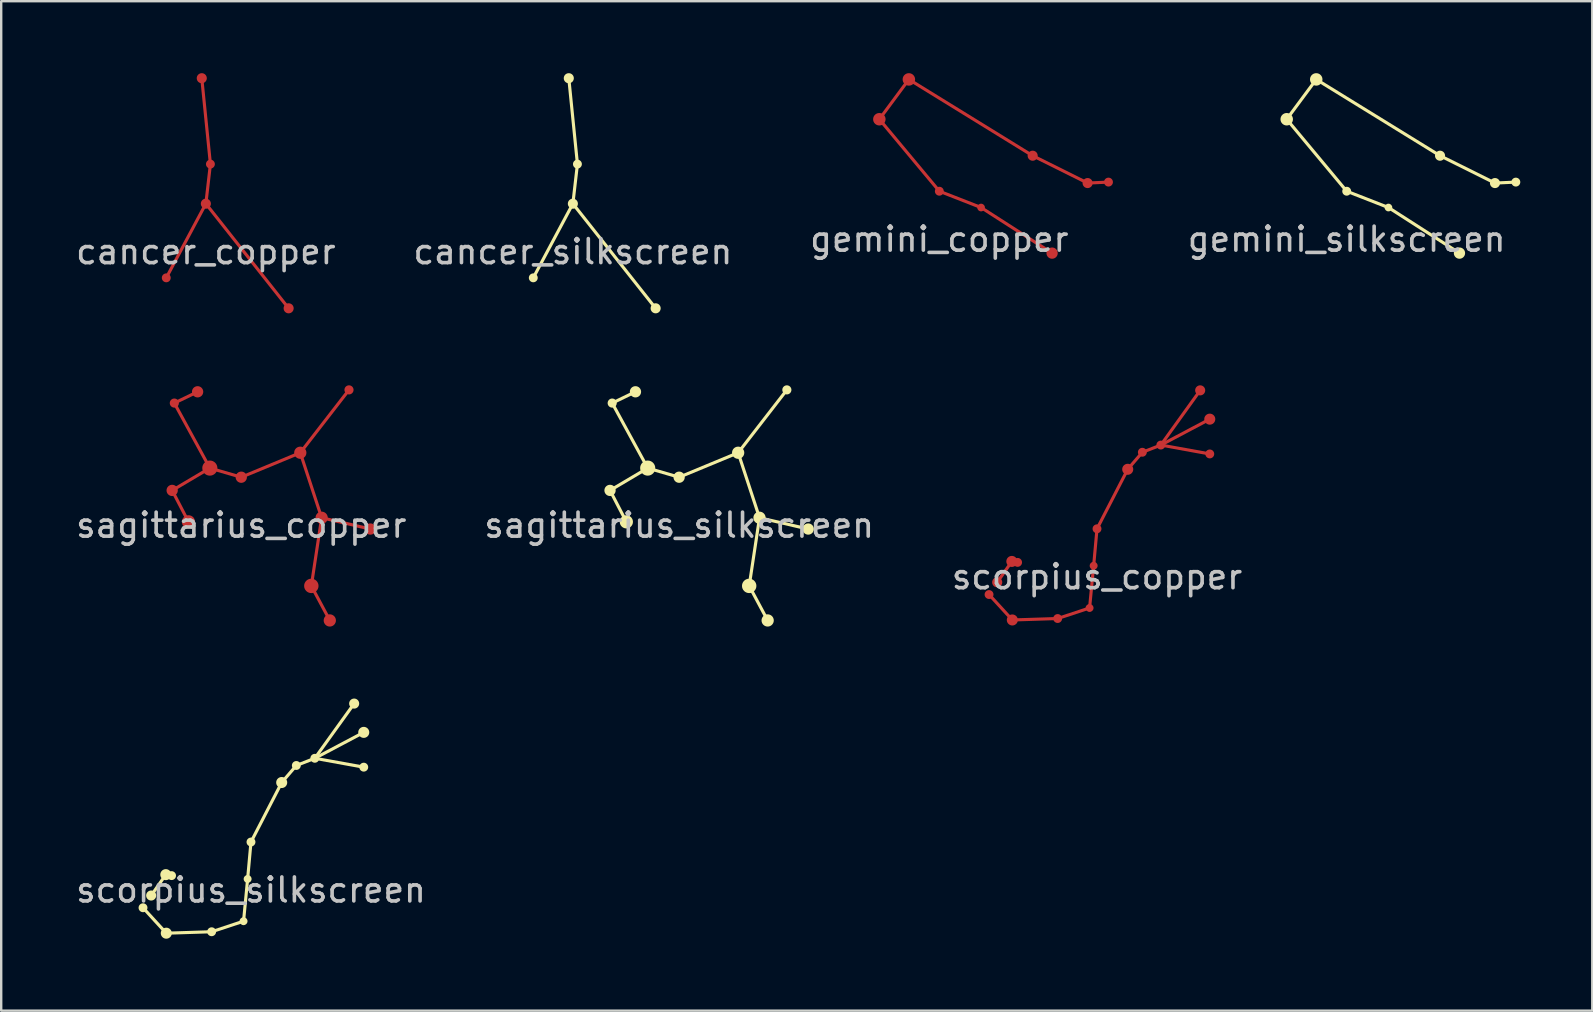
<source format=kicad_pcb>
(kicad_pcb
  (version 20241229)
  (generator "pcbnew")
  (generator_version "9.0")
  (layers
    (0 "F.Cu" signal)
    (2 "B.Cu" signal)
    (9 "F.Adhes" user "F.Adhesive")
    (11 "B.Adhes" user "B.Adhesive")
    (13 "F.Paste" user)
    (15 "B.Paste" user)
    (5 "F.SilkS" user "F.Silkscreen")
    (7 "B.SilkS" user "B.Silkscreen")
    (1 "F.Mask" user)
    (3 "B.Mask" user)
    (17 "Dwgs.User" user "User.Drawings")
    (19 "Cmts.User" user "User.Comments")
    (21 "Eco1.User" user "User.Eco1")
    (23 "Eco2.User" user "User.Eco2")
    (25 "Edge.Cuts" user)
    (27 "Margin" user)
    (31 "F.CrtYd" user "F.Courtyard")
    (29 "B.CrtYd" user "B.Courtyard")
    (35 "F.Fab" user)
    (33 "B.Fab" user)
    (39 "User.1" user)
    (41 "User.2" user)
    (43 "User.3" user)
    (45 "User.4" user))
  (footprint "cancer_silkscreen"
    (layer "F.Cu")
    (at 20.827 5.44)
    (property "Reference" "cancer_silkscreen" (at 0 2 0) (layer "Dwgs.User") (effects (font (size 1 1) (thickness 0.15))))
    (fp_line (start -0.17 -5.23) (end 0.19 -1.65) (stroke (width 0.13) (type solid)) (layer "F.SilkS"))
    (fp_line (start 0 0) (end -1.65 3.09) (stroke (width 0.13) (type solid)) (layer "F.SilkS"))
    (fp_line (start 0 0) (end 3.45 4.36) (stroke (width 0.13) (type solid)) (layer "F.SilkS"))
    (fp_line (start 0.19 -1.65) (end 0 0) (stroke (width 0.13) (type solid)) (layer "F.SilkS"))
    (fp_circle (center -1.65 3.09) (end -1.525 3.09) (stroke (width 0.12) (type solid)) (fill yes) (layer "F.SilkS"))
    (fp_circle (center -0.17 -5.23) (end -0.02 -5.23) (stroke (width 0.12) (type solid)) (fill yes) (layer "F.SilkS"))
    (fp_circle (center 0 0) (end 0.15 0) (stroke (width 0.12) (type solid)) (fill yes) (layer "F.SilkS"))
    (fp_circle (center 0.19 -1.65) (end 0.315 -1.65) (stroke (width 0.12) (type solid)) (fill yes) (layer "F.SilkS"))
    (fp_circle (center 3.45 4.36) (end 3.6 4.36) (stroke (width 0.12) (type solid)) (fill yes) (layer "F.SilkS")))
  (footprint "cancer_copper"
    (layer "F.Cu")
    (at 5.53 5.44)
    (property "Reference" "cancer_copper" (at 0 2 0) (layer "Dwgs.User") (effects (font (size 1 1) (thickness 0.15))))
    (fp_line (start -0.17 -5.23) (end 0.19 -1.65) (stroke (width 0.13) (type solid)) (layer "F.Cu"))
    (fp_line (start 0 0) (end -1.65 3.09) (stroke (width 0.13) (type solid)) (layer "F.Cu"))
    (fp_line (start 0 0) (end 3.45 4.36) (stroke (width 0.13) (type solid)) (layer "F.Cu"))
    (fp_line (start 0.19 -1.65) (end 0 0) (stroke (width 0.13) (type solid)) (layer "F.Cu"))
    (fp_circle (center -1.65 3.09) (end -1.525 3.09) (stroke (width 0.12) (type solid)) (fill yes) (layer "F.Cu"))
    (fp_circle (center -0.17 -5.23) (end -0.02 -5.23) (stroke (width 0.12) (type solid)) (fill yes) (layer "F.Cu"))
    (fp_circle (center 0 0) (end 0.15 0) (stroke (width 0.12) (type solid)) (fill yes) (layer "F.Cu"))
    (fp_circle (center 0.19 -1.65) (end 0.315 -1.65) (stroke (width 0.12) (type solid)) (fill yes) (layer "F.Cu"))
    (fp_circle (center 3.45 4.36) (end 3.6 4.36) (stroke (width 0.12) (type solid)) (fill yes) (layer "F.Cu"))
    (fp_circle (center -1.65 3.09) (end -1.525 3.09) (stroke (width 0.12) (type solid)) (fill yes) (layer "F.Mask"))
    (fp_circle (center -0.17 -5.23) (end -0.02 -5.23) (stroke (width 0.12) (type solid)) (fill yes) (layer "F.Mask"))
    (fp_circle (center 0 0) (end 0.15 0) (stroke (width 0.12) (type solid)) (fill yes) (layer "F.Mask"))
    (fp_circle (center 0.19 -1.65) (end 0.315 -1.65) (stroke (width 0.12) (type solid)) (fill yes) (layer "F.Mask"))
    (fp_circle (center 3.45 4.36) (end 3.6 4.36) (stroke (width 0.12) (type solid)) (fill yes) (layer "F.Mask")))
  (footprint "sagittarius_copper"
    (layer "F.Cu")
    (at 7.006 16.84)
    (property "Reference" "sagittarius_copper" (at 0 2 0) (layer "Dwgs.User") (effects (font (size 1 1) (thickness 0.15))))
    (fp_line (start -2.88 0.55) (end -1.31 -0.38) (stroke (width 0.13) (type solid)) (layer "F.Cu"))
    (fp_line (start -2.79 -3.09) (end -1.31 -0.38) (stroke (width 0.13) (type solid)) (layer "F.Cu"))
    (fp_line (start -2.2 1.86) (end -2.88 0.55) (stroke (width 0.13) (type solid)) (layer "F.Cu"))
    (fp_line (start -1.82 -3.56) (end -2.79 -3.09) (stroke (width 0.13) (type solid)) (layer "F.Cu"))
    (fp_line (start -1.31 -0.38) (end 0 0) (stroke (width 0.13) (type solid)) (layer "F.Cu"))
    (fp_line (start 0 0) (end 2.46 -1.02) (stroke (width 0.13) (type solid)) (layer "F.Cu"))
    (fp_line (start 2.46 -1.02) (end 4.49 -3.64) (stroke (width 0.13) (type solid)) (layer "F.Cu"))
    (fp_line (start 2.92 4.53) (end 3.35 1.69) (stroke (width 0.13) (type solid)) (layer "F.Cu"))
    (fp_line (start 3.35 1.69) (end 2.46 -1.02) (stroke (width 0.13) (type solid)) (layer "F.Cu"))
    (fp_line (start 3.69 5.97) (end 2.92 4.53) (stroke (width 0.13) (type solid)) (layer "F.Cu"))
    (fp_line (start 5.38 2.16) (end 3.35 1.69) (stroke (width 0.13) (type solid)) (layer "F.Cu"))
    (fp_circle (center -2.88 0.55) (end -2.71 0.55) (stroke (width 0.13) (type solid)) (fill yes) (layer "F.Cu"))
    (fp_circle (center -2.79 -3.09) (end -2.665 -3.09) (stroke (width 0.13) (type solid)) (fill yes) (layer "F.Cu"))
    (fp_circle (center -2.2 1.86) (end -1.99 1.86) (stroke (width 0.13) (type solid)) (fill yes) (layer "F.Cu"))
    (fp_circle (center -1.82 -3.56) (end -1.65 -3.56) (stroke (width 0.13) (type solid)) (fill yes) (layer "F.Cu"))
    (fp_circle (center -1.31 -0.38) (end -1.06 -0.38) (stroke (width 0.13) (type solid)) (fill yes) (layer "F.Cu"))
    (fp_circle (center 0 0) (end 0.17 0) (stroke (width 0.13) (type solid)) (fill yes) (layer "F.Cu"))
    (fp_circle (center 2.46 -1.02) (end 2.65 -1.02) (stroke (width 0.13) (type solid)) (fill yes) (layer "F.Cu"))
    (fp_circle (center 2.92 4.53) (end 3.155 4.53) (stroke (width 0.13) (type solid)) (fill yes) (layer "F.Cu"))
    (fp_circle (center 3.35 1.69) (end 3.54 1.69) (stroke (width 0.13) (type solid)) (fill yes) (layer "F.Cu"))
    (fp_circle (center 3.69 5.97) (end 3.88 5.97) (stroke (width 0.13) (type solid)) (fill yes) (layer "F.Cu"))
    (fp_circle (center 4.49 -3.64) (end 4.615 -3.64) (stroke (width 0.13) (type solid)) (fill yes) (layer "F.Cu"))
    (fp_circle (center 5.38 2.16) (end 5.55 2.16) (stroke (width 0.13) (type solid)) (fill yes) (layer "F.Cu"))
    (fp_circle (center -2.88 0.55) (end -2.71 0.55) (stroke (width 0.13) (type solid)) (fill yes) (layer "F.Mask"))
    (fp_circle (center -2.79 -3.09) (end -2.665 -3.09) (stroke (width 0.13) (type solid)) (fill yes) (layer "F.Mask"))
    (fp_circle (center -2.2 1.86) (end -1.99 1.86) (stroke (width 0.13) (type solid)) (fill yes) (layer "F.Mask"))
    (fp_circle (center -1.82 -3.56) (end -1.65 -3.56) (stroke (width 0.13) (type solid)) (fill yes) (layer "F.Mask"))
    (fp_circle (center -1.31 -0.38) (end -1.06 -0.38) (stroke (width 0.13) (type solid)) (fill yes) (layer "F.Mask"))
    (fp_circle (center 0 0) (end 0.17 0) (stroke (width 0.13) (type solid)) (fill yes) (layer "F.Mask"))
    (fp_circle (center 2.46 -1.02) (end 2.65 -1.02) (stroke (width 0.13) (type solid)) (fill yes) (layer "F.Mask"))
    (fp_circle (center 2.92 4.53) (end 3.155 4.53) (stroke (width 0.13) (type solid)) (fill yes) (layer "F.Mask"))
    (fp_circle (center 3.35 1.69) (end 3.54 1.69) (stroke (width 0.13) (type solid)) (fill yes) (layer "F.Mask"))
    (fp_circle (center 3.69 5.97) (end 3.88 5.97) (stroke (width 0.13) (type solid)) (fill yes) (layer "F.Mask"))
    (fp_circle (center 4.49 -3.64) (end 4.615 -3.64) (stroke (width 0.13) (type solid)) (fill yes) (layer "F.Mask"))
    (fp_circle (center 5.38 2.16) (end 5.55 2.16) (stroke (width 0.13) (type solid)) (fill yes) (layer "F.Mask")))
  (footprint "sagittarius_silkscreen"
    (layer "F.Cu")
    (at 25.256 16.84)
    (property "Reference" "sagittarius_silkscreen" (at 0 2 0) (layer "Dwgs.User") (effects (font (size 1 1) (thickness 0.15))))
    (fp_line (start -2.88 0.55) (end -1.31 -0.38) (stroke (width 0.13) (type solid)) (layer "F.SilkS"))
    (fp_line (start -2.79 -3.09) (end -1.31 -0.38) (stroke (width 0.13) (type solid)) (layer "F.SilkS"))
    (fp_line (start -2.2 1.86) (end -2.88 0.55) (stroke (width 0.13) (type solid)) (layer "F.SilkS"))
    (fp_line (start -1.82 -3.56) (end -2.79 -3.09) (stroke (width 0.13) (type solid)) (layer "F.SilkS"))
    (fp_line (start -1.31 -0.38) (end 0 0) (stroke (width 0.13) (type solid)) (layer "F.SilkS"))
    (fp_line (start 0 0) (end 2.46 -1.02) (stroke (width 0.13) (type solid)) (layer "F.SilkS"))
    (fp_line (start 2.46 -1.02) (end 4.49 -3.64) (stroke (width 0.13) (type solid)) (layer "F.SilkS"))
    (fp_line (start 2.92 4.53) (end 3.35 1.69) (stroke (width 0.13) (type solid)) (layer "F.SilkS"))
    (fp_line (start 3.35 1.69) (end 2.46 -1.02) (stroke (width 0.13) (type solid)) (layer "F.SilkS"))
    (fp_line (start 3.69 5.97) (end 2.92 4.53) (stroke (width 0.13) (type solid)) (layer "F.SilkS"))
    (fp_line (start 5.38 2.16) (end 3.35 1.69) (stroke (width 0.13) (type solid)) (layer "F.SilkS"))
    (fp_circle (center -2.88 0.55) (end -2.71 0.55) (stroke (width 0.13) (type solid)) (fill yes) (layer "F.SilkS"))
    (fp_circle (center -2.79 -3.09) (end -2.665 -3.09) (stroke (width 0.13) (type solid)) (fill yes) (layer "F.SilkS"))
    (fp_circle (center -2.2 1.86) (end -1.99 1.86) (stroke (width 0.13) (type solid)) (fill yes) (layer "F.SilkS"))
    (fp_circle (center -1.82 -3.56) (end -1.65 -3.56) (stroke (width 0.13) (type solid)) (fill yes) (layer "F.SilkS"))
    (fp_circle (center -1.31 -0.38) (end -1.06 -0.38) (stroke (width 0.13) (type solid)) (fill yes) (layer "F.SilkS"))
    (fp_circle (center 0 0) (end 0.17 0) (stroke (width 0.13) (type solid)) (fill yes) (layer "F.SilkS"))
    (fp_circle (center 2.46 -1.02) (end 2.65 -1.02) (stroke (width 0.13) (type solid)) (fill yes) (layer "F.SilkS"))
    (fp_circle (center 2.92 4.53) (end 3.155 4.53) (stroke (width 0.13) (type solid)) (fill yes) (layer "F.SilkS"))
    (fp_circle (center 3.35 1.69) (end 3.54 1.69) (stroke (width 0.13) (type solid)) (fill yes) (layer "F.SilkS"))
    (fp_circle (center 3.69 5.97) (end 3.88 5.97) (stroke (width 0.13) (type solid)) (fill yes) (layer "F.SilkS"))
    (fp_circle (center 4.49 -3.64) (end 4.615 -3.64) (stroke (width 0.13) (type solid)) (fill yes) (layer "F.SilkS"))
    (fp_circle (center 5.38 2.16) (end 5.55 2.16) (stroke (width 0.13) (type solid)) (fill yes) (layer "F.SilkS")))
  (footprint "scorpius_copper"
    (layer "F.Cu")
    (at 42.673 18.99)
    (property "Reference" "scorpius_copper" (at 0 2 0) (layer "Dwgs.User") (effects (font (size 1 1) (thickness 0.15))))
    (fp_line (start -4.5 2.74) (end -3.53 3.8) (stroke (width 0.13) (type solid)) (layer "F.Cu"))
    (fp_line (start -3.55 1.36) (end -4.16 2.23) (stroke (width 0.13) (type solid)) (layer "F.Cu"))
    (fp_line (start -3.55 1.36) (end -3.31 1.4) (stroke (width 0.13) (type solid)) (layer "F.Cu"))
    (fp_line (start -3.53 3.8) (end -1.64 3.74) (stroke (width 0.13) (type solid)) (layer "F.Cu"))
    (fp_line (start -1.64 3.74) (end -0.31 3.3) (stroke (width 0.13) (type solid)) (layer "F.Cu"))
    (fp_line (start -0.31 3.3) (end -0.14 1.54) (stroke (width 0.13) (type solid)) (layer "F.Cu"))
    (fp_line (start -0.14 1.54) (end 0 0) (stroke (width 0.13) (type solid)) (layer "F.Cu"))
    (fp_line (start 0 0) (end 1.28 -2.48) (stroke (width 0.13) (type solid)) (layer "F.Cu"))
    (fp_line (start 1.28 -2.48) (end 1.89 -3.19) (stroke (width 0.13) (type solid)) (layer "F.Cu"))
    (fp_line (start 1.89 -3.19) (end 2.66 -3.49) (stroke (width 0.13) (type solid)) (layer "F.Cu"))
    (fp_line (start 2.66 -3.49) (end 4.3 -5.77) (stroke (width 0.13) (type solid)) (layer "F.Cu"))
    (fp_line (start 2.66 -3.49) (end 4.7 -4.57) (stroke (width 0.13) (type solid)) (layer "F.Cu"))
    (fp_line (start 2.66 -3.49) (end 4.7 -3.12) (stroke (width 0.13) (type solid)) (layer "F.Cu"))
    (fp_circle (center -4.5 2.74) (end -4.375 2.74) (stroke (width 0.12) (type solid)) (fill yes) (layer "F.Cu"))
    (fp_circle (center -4.16 2.23) (end -4.01 2.23) (stroke (width 0.12) (type solid)) (fill yes) (layer "F.Cu"))
    (fp_circle (center -3.55 1.36) (end -3.38 1.36) (stroke (width 0.12) (type solid)) (fill yes) (layer "F.Cu"))
    (fp_circle (center -3.53 3.8) (end -3.36 3.8) (stroke (width 0.12) (type solid)) (fill yes) (layer "F.Cu"))
    (fp_circle (center -3.31 1.4) (end -3.185 1.4) (stroke (width 0.12) (type solid)) (fill yes) (layer "F.Cu"))
    (fp_circle (center -1.64 3.74) (end -1.515 3.74) (stroke (width 0.12) (type solid)) (fill yes) (layer "F.Cu"))
    (fp_circle (center -0.31 3.3) (end -0.205 3.3) (stroke (width 0.12) (type solid)) (fill yes) (layer "F.Cu"))
    (fp_circle (center -0.14 1.54) (end -0.035 1.54) (stroke (width 0.12) (type solid)) (fill yes) (layer "F.Cu"))
    (fp_circle (center 0 0) (end 0.125 0) (stroke (width 0.12) (type solid)) (fill yes) (layer "F.Cu"))
    (fp_circle (center 1.28 -2.48) (end 1.45 -2.48) (stroke (width 0.12) (type solid)) (fill yes) (layer "F.Cu"))
    (fp_circle (center 1.89 -3.19) (end 2.015 -3.19) (stroke (width 0.12) (type solid)) (fill yes) (layer "F.Cu"))
    (fp_circle (center 2.66 -3.49) (end 2.785 -3.49) (stroke (width 0.12) (type solid)) (fill yes) (layer "F.Cu"))
    (fp_circle (center 4.3 -5.77) (end 4.45 -5.77) (stroke (width 0.12) (type solid)) (fill yes) (layer "F.Cu"))
    (fp_circle (center 4.7 -4.57) (end 4.87 -4.57) (stroke (width 0.12) (type solid)) (fill yes) (layer "F.Cu"))
    (fp_circle (center 4.7 -3.12) (end 4.825 -3.12) (stroke (width 0.12) (type solid)) (fill yes) (layer "F.Cu"))
    (fp_circle (center -4.5 2.74) (end -4.375 2.74) (stroke (width 0.12) (type solid)) (fill yes) (layer "F.Mask"))
    (fp_circle (center -4.16 2.23) (end -4.01 2.23) (stroke (width 0.12) (type solid)) (fill yes) (layer "F.Mask"))
    (fp_circle (center -3.55 1.36) (end -3.38 1.36) (stroke (width 0.12) (type solid)) (fill yes) (layer "F.Mask"))
    (fp_circle (center -3.53 3.8) (end -3.36 3.8) (stroke (width 0.12) (type solid)) (fill yes) (layer "F.Mask"))
    (fp_circle (center -3.31 1.4) (end -3.185 1.4) (stroke (width 0.12) (type solid)) (fill yes) (layer "F.Mask"))
    (fp_circle (center -1.64 3.74) (end -1.515 3.74) (stroke (width 0.12) (type solid)) (fill yes) (layer "F.Mask"))
    (fp_circle (center -0.31 3.3) (end -0.205 3.3) (stroke (width 0.12) (type solid)) (fill yes) (layer "F.Mask"))
    (fp_circle (center -0.14 1.54) (end -0.035 1.54) (stroke (width 0.12) (type solid)) (fill yes) (layer "F.Mask"))
    (fp_circle (center 0 0) (end 0.125 0) (stroke (width 0.12) (type solid)) (fill yes) (layer "F.Mask"))
    (fp_circle (center 1.28 -2.48) (end 1.45 -2.48) (stroke (width 0.12) (type solid)) (fill yes) (layer "F.Mask"))
    (fp_circle (center 1.89 -3.19) (end 2.015 -3.19) (stroke (width 0.12) (type solid)) (fill yes) (layer "F.Mask"))
    (fp_circle (center 2.66 -3.49) (end 2.785 -3.49) (stroke (width 0.12) (type solid)) (fill yes) (layer "F.Mask"))
    (fp_circle (center 4.3 -5.77) (end 4.45 -5.77) (stroke (width 0.12) (type solid)) (fill yes) (layer "F.Mask"))
    (fp_circle (center 4.7 -4.57) (end 4.87 -4.57) (stroke (width 0.12) (type solid)) (fill yes) (layer "F.Mask"))
    (fp_circle (center 4.7 -3.12) (end 4.825 -3.12) (stroke (width 0.12) (type solid)) (fill yes) (layer "F.Mask")))
  (footprint "scorpius_silkscreen"
    (layer "F.Cu")
    (at 7.411 32.045)
    (property "Reference" "scorpius_silkscreen" (at 0 2 0) (layer "Dwgs.User") (effects (font (size 1 1) (thickness 0.15))))
    (fp_line (start -4.5 2.74) (end -3.53 3.8) (stroke (width 0.13) (type solid)) (layer "F.SilkS"))
    (fp_line (start -3.55 1.36) (end -4.16 2.23) (stroke (width 0.13) (type solid)) (layer "F.SilkS"))
    (fp_line (start -3.55 1.36) (end -3.31 1.4) (stroke (width 0.13) (type solid)) (layer "F.SilkS"))
    (fp_line (start -3.53 3.8) (end -1.64 3.74) (stroke (width 0.13) (type solid)) (layer "F.SilkS"))
    (fp_line (start -1.64 3.74) (end -0.31 3.3) (stroke (width 0.13) (type solid)) (layer "F.SilkS"))
    (fp_line (start -0.31 3.3) (end -0.14 1.54) (stroke (width 0.13) (type solid)) (layer "F.SilkS"))
    (fp_line (start -0.14 1.54) (end 0 0) (stroke (width 0.13) (type solid)) (layer "F.SilkS"))
    (fp_line (start 0 0) (end 1.28 -2.48) (stroke (width 0.13) (type solid)) (layer "F.SilkS"))
    (fp_line (start 1.28 -2.48) (end 1.89 -3.19) (stroke (width 0.13) (type solid)) (layer "F.SilkS"))
    (fp_line (start 1.89 -3.19) (end 2.66 -3.49) (stroke (width 0.13) (type solid)) (layer "F.SilkS"))
    (fp_line (start 2.66 -3.49) (end 4.3 -5.77) (stroke (width 0.13) (type solid)) (layer "F.SilkS"))
    (fp_line (start 2.66 -3.49) (end 4.7 -4.57) (stroke (width 0.13) (type solid)) (layer "F.SilkS"))
    (fp_line (start 2.66 -3.49) (end 4.7 -3.12) (stroke (width 0.13) (type solid)) (layer "F.SilkS"))
    (fp_circle (center -4.5 2.74) (end -4.375 2.74) (stroke (width 0.12) (type solid)) (fill yes) (layer "F.SilkS"))
    (fp_circle (center -4.16 2.23) (end -4.01 2.23) (stroke (width 0.12) (type solid)) (fill yes) (layer "F.SilkS"))
    (fp_circle (center -3.55 1.36) (end -3.38 1.36) (stroke (width 0.12) (type solid)) (fill yes) (layer "F.SilkS"))
    (fp_circle (center -3.53 3.8) (end -3.36 3.8) (stroke (width 0.12) (type solid)) (fill yes) (layer "F.SilkS"))
    (fp_circle (center -3.31 1.4) (end -3.185 1.4) (stroke (width 0.12) (type solid)) (fill yes) (layer "F.SilkS"))
    (fp_circle (center -1.64 3.74) (end -1.515 3.74) (stroke (width 0.12) (type solid)) (fill yes) (layer "F.SilkS"))
    (fp_circle (center -0.31 3.3) (end -0.205 3.3) (stroke (width 0.12) (type solid)) (fill yes) (layer "F.SilkS"))
    (fp_circle (center -0.14 1.54) (end -0.035 1.54) (stroke (width 0.12) (type solid)) (fill yes) (layer "F.SilkS"))
    (fp_circle (center 0 0) (end 0.125 0) (stroke (width 0.12) (type solid)) (fill yes) (layer "F.SilkS"))
    (fp_circle (center 1.28 -2.48) (end 1.45 -2.48) (stroke (width 0.12) (type solid)) (fill yes) (layer "F.SilkS"))
    (fp_circle (center 1.89 -3.19) (end 2.015 -3.19) (stroke (width 0.12) (type solid)) (fill yes) (layer "F.SilkS"))
    (fp_circle (center 2.66 -3.49) (end 2.785 -3.49) (stroke (width 0.12) (type solid)) (fill yes) (layer "F.SilkS"))
    (fp_circle (center 4.3 -5.77) (end 4.45 -5.77) (stroke (width 0.12) (type solid)) (fill yes) (layer "F.SilkS"))
    (fp_circle (center 4.7 -4.57) (end 4.87 -4.57) (stroke (width 0.12) (type solid)) (fill yes) (layer "F.SilkS"))
    (fp_circle (center 4.7 -3.12) (end 4.825 -3.12) (stroke (width 0.12) (type solid)) (fill yes) (layer "F.SilkS")))
  (footprint "gemini_silkscreen"
    (layer "F.Cu")
    (at 53.08 4.92)
    (property "Reference" "gemini_silkscreen" (at 0 2 0) (layer "Dwgs.User") (effects (font (size 1 1) (thickness 0.15))))
    (fp_line (start -2.5 -3) (end 0 0) (stroke (width 0.13) (type solid)) (layer "F.SilkS"))
    (fp_line (start -1.27 -4.66) (end -2.5 -3) (stroke (width 0.13) (type solid)) (layer "F.SilkS"))
    (fp_line (start 0 0) (end 1.74 0.68) (stroke (width 0.13) (type solid)) (layer "F.SilkS"))
    (fp_line (start 1.74 0.68) (end 4.7 2.58) (stroke (width 0.13) (type solid)) (layer "F.SilkS"))
    (fp_line (start 3.89 -1.48) (end -1.27 -4.66) (stroke (width 0.13) (type solid)) (layer "F.SilkS"))
    (fp_line (start 6.18 -0.34) (end 3.89 -1.48) (stroke (width 0.13) (type solid)) (layer "F.SilkS"))
    (fp_line (start 7.05 -0.38) (end 6.18 -0.34) (stroke (width 0.13) (type solid)) (layer "F.SilkS"))
    (fp_circle (center -2.5 -3) (end -2.3 -3) (stroke (width 0.12) (type solid)) (fill yes) (layer "F.SilkS"))
    (fp_circle (center -1.27 -4.66) (end -1.07 -4.66) (stroke (width 0.12) (type solid)) (fill yes) (layer "F.SilkS"))
    (fp_circle (center 0 0) (end 0.125 0) (stroke (width 0.12) (type solid)) (fill yes) (layer "F.SilkS"))
    (fp_circle (center 1.74 0.68) (end 1.84 0.68) (stroke (width 0.12) (type solid)) (fill yes) (layer "F.SilkS"))
    (fp_circle (center 3.89 -1.48) (end 4.04 -1.48) (stroke (width 0.12) (type solid)) (fill yes) (layer "F.SilkS"))
    (fp_circle (center 4.7 2.58) (end 4.875 2.58) (stroke (width 0.12) (type solid)) (fill yes) (layer "F.SilkS"))
    (fp_circle (center 6.18 -0.34) (end 6.33 -0.34) (stroke (width 0.12) (type solid)) (fill yes) (layer "F.SilkS"))
    (fp_circle (center 7.05 -0.38) (end 7.175 -0.38) (stroke (width 0.12) (type solid)) (fill yes) (layer "F.SilkS")))
  (footprint "gemini_copper"
    (layer "F.Cu")
    (at 36.101 4.92)
    (property "Reference" "gemini_copper" (at 0 2 0) (layer "Dwgs.User") (effects (font (size 1 1) (thickness 0.15))))
    (fp_line (start -2.5 -3) (end 0 0) (stroke (width 0.13) (type solid)) (layer "F.Cu"))
    (fp_line (start -1.27 -4.66) (end -2.5 -3) (stroke (width 0.13) (type solid)) (layer "F.Cu"))
    (fp_line (start 0 0) (end 1.74 0.68) (stroke (width 0.13) (type solid)) (layer "F.Cu"))
    (fp_line (start 1.74 0.68) (end 4.7 2.58) (stroke (width 0.13) (type solid)) (layer "F.Cu"))
    (fp_line (start 3.89 -1.48) (end -1.27 -4.66) (stroke (width 0.13) (type solid)) (layer "F.Cu"))
    (fp_line (start 6.18 -0.34) (end 3.89 -1.48) (stroke (width 0.13) (type solid)) (layer "F.Cu"))
    (fp_line (start 7.05 -0.38) (end 6.18 -0.34) (stroke (width 0.13) (type solid)) (layer "F.Cu"))
    (fp_circle (center -2.5 -3) (end -2.3 -3) (stroke (width 0.12) (type solid)) (fill yes) (layer "F.Cu"))
    (fp_circle (center -1.27 -4.66) (end -1.07 -4.66) (stroke (width 0.12) (type solid)) (fill yes) (layer "F.Cu"))
    (fp_circle (center 0 0) (end 0.125 0) (stroke (width 0.12) (type solid)) (fill yes) (layer "F.Cu"))
    (fp_circle (center 1.74 0.68) (end 1.84 0.68) (stroke (width 0.12) (type solid)) (fill yes) (layer "F.Cu"))
    (fp_circle (center 3.89 -1.48) (end 4.04 -1.48) (stroke (width 0.12) (type solid)) (fill yes) (layer "F.Cu"))
    (fp_circle (center 4.7 2.58) (end 4.875 2.58) (stroke (width 0.12) (type solid)) (fill yes) (layer "F.Cu"))
    (fp_circle (center 6.18 -0.34) (end 6.33 -0.34) (stroke (width 0.12) (type solid)) (fill yes) (layer "F.Cu"))
    (fp_circle (center 7.05 -0.38) (end 7.175 -0.38) (stroke (width 0.12) (type solid)) (fill yes) (layer "F.Cu"))
    (fp_circle (center -2.5 -3) (end -2.3 -3) (stroke (width 0.12) (type solid)) (fill yes) (layer "F.Mask"))
    (fp_circle (center -1.27 -4.66) (end -1.07 -4.66) (stroke (width 0.12) (type solid)) (fill yes) (layer "F.Mask"))
    (fp_circle (center 0 0) (end 0.125 0) (stroke (width 0.12) (type solid)) (fill yes) (layer "F.Mask"))
    (fp_circle (center 1.74 0.68) (end 1.84 0.68) (stroke (width 0.12) (type solid)) (fill yes) (layer "F.Mask"))
    (fp_circle (center 3.89 -1.48) (end 4.04 -1.48) (stroke (width 0.12) (type solid)) (fill yes) (layer "F.Mask"))
    (fp_circle (center 4.7 2.58) (end 4.875 2.58) (stroke (width 0.12) (type solid)) (fill yes) (layer "F.Mask"))
    (fp_circle (center 6.18 -0.34) (end 6.33 -0.34) (stroke (width 0.12) (type solid)) (fill yes) (layer "F.Mask"))
    (fp_circle (center 7.05 -0.38) (end 7.175 -0.38) (stroke (width 0.12) (type solid)) (fill yes) (layer "F.Mask")))
  (gr_rect
    (start -3 -3)
    (end 63.315 39.075)
    (stroke (width 0.1) (type default))
    (fill no)
    (layer "Edge.Cuts")))
</source>
